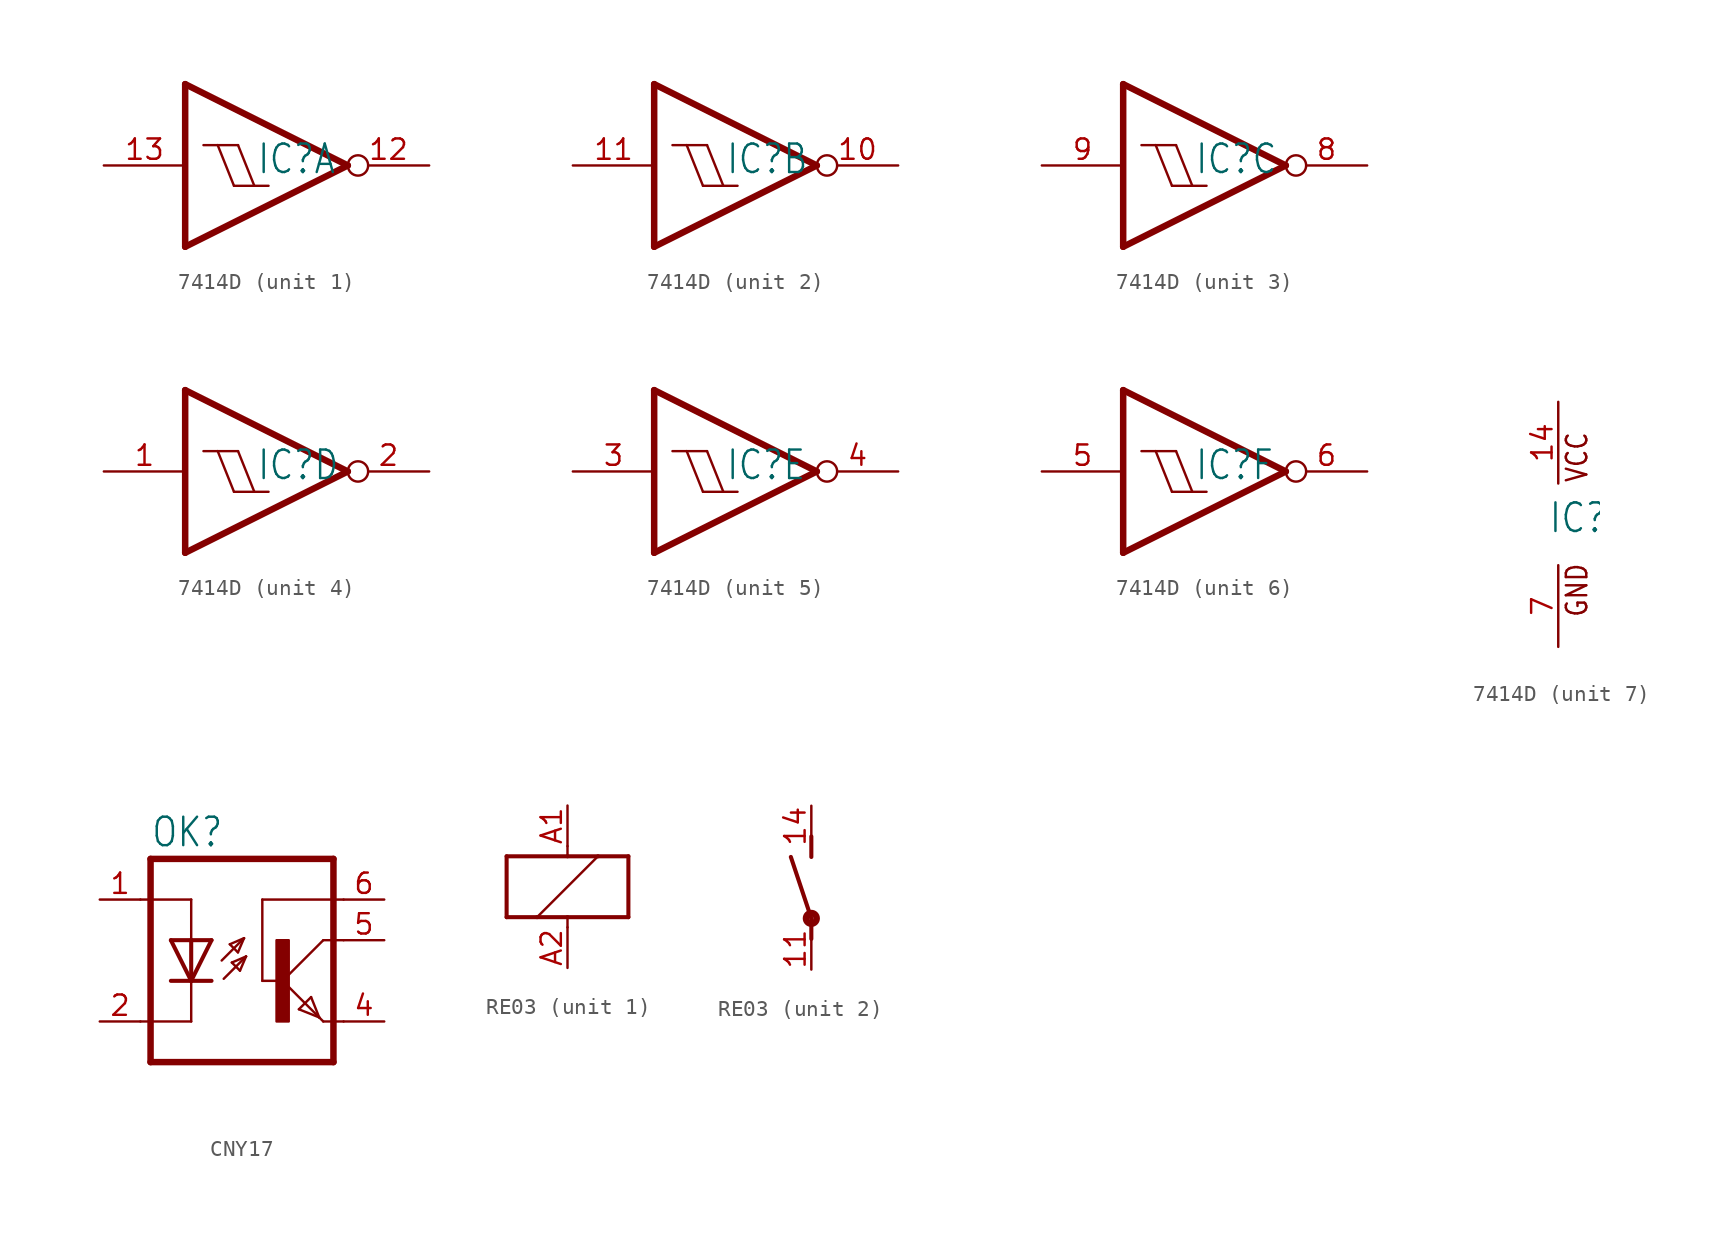
<source format=kicad_sym>
(kicad_symbol_lib
  (version 20220914)
  (generator kicad_symbol_editor)
  (symbol "7414D"
    (property "Reference" "IC"
      (at -0.635 -0.635 0)
      (effects (font (size 1.778 1.511)) (justify left bottom)))
    (property "ki_locked" ""
      (at 0 0 0)
      (effects (font (size 1.27 1.27))))
    (symbol "7414D_1_0"
      (polyline (pts (xy -5.08 -5.08) (xy -5.08 5.08)) (stroke (width 0.406) (type solid)) (fill (type none)))
      (polyline (pts (xy -5.08 5.08) (xy 5.08 0)) (stroke (width 0.406) (type solid)) (fill (type none)))
      (polyline (pts (xy -3.937 1.27) (xy -3.048 1.27)) (stroke (width 0.152) (type solid)) (fill (type none)))
      (polyline (pts (xy -3.048 1.27) (xy -1.778 1.27)) (stroke (width 0.152) (type solid)) (fill (type none)))
      (polyline (pts (xy -2.032 -1.27) (xy -3.048 1.27)) (stroke (width 0.152) (type solid)) (fill (type none)))
      (polyline (pts (xy -2.032 -1.27) (xy -0.762 -1.27)) (stroke (width 0.152) (type solid)) (fill (type none)))
      (polyline (pts (xy -0.762 -1.27) (xy -1.778 1.27)) (stroke (width 0.152) (type solid)) (fill (type none)))
      (polyline (pts (xy -0.762 -1.27) (xy 0.127 -1.27)) (stroke (width 0.152) (type solid)) (fill (type none)))
      (polyline (pts (xy 5.08 0) (xy -5.08 -5.08)) (stroke (width 0.406) (type solid)) (fill (type none)))
      (pin output inverted (at 10.16 0 180) (length 5.08) (name "O" (effects (font (size 0 0)))) (number "12" (effects (font (size 1.27 1.27)))))
      (pin input line (at -10.16 0 0) (length 5.08) (name "I" (effects (font (size 0 0)))) (number "13" (effects (font (size 1.27 1.27))))))
    (symbol "7414D_2_0"
      (polyline (pts (xy -5.08 -5.08) (xy -5.08 5.08)) (stroke (width 0.406) (type solid)) (fill (type none)))
      (polyline (pts (xy -5.08 5.08) (xy 5.08 0)) (stroke (width 0.406) (type solid)) (fill (type none)))
      (polyline (pts (xy -3.937 1.27) (xy -3.048 1.27)) (stroke (width 0.152) (type solid)) (fill (type none)))
      (polyline (pts (xy -3.048 1.27) (xy -1.778 1.27)) (stroke (width 0.152) (type solid)) (fill (type none)))
      (polyline (pts (xy -2.032 -1.27) (xy -3.048 1.27)) (stroke (width 0.152) (type solid)) (fill (type none)))
      (polyline (pts (xy -2.032 -1.27) (xy -0.762 -1.27)) (stroke (width 0.152) (type solid)) (fill (type none)))
      (polyline (pts (xy -0.762 -1.27) (xy -1.778 1.27)) (stroke (width 0.152) (type solid)) (fill (type none)))
      (polyline (pts (xy -0.762 -1.27) (xy 0.127 -1.27)) (stroke (width 0.152) (type solid)) (fill (type none)))
      (polyline (pts (xy 5.08 0) (xy -5.08 -5.08)) (stroke (width 0.406) (type solid)) (fill (type none)))
      (pin output inverted (at 10.16 0 180) (length 5.08) (name "O" (effects (font (size 0 0)))) (number "10" (effects (font (size 1.27 1.27)))))
      (pin input line (at -10.16 0 0) (length 5.08) (name "I" (effects (font (size 0 0)))) (number "11" (effects (font (size 1.27 1.27))))))
    (symbol "7414D_3_0"
      (polyline (pts (xy -5.08 -5.08) (xy -5.08 5.08)) (stroke (width 0.406) (type solid)) (fill (type none)))
      (polyline (pts (xy -5.08 5.08) (xy 5.08 0)) (stroke (width 0.406) (type solid)) (fill (type none)))
      (polyline (pts (xy -3.937 1.27) (xy -3.048 1.27)) (stroke (width 0.152) (type solid)) (fill (type none)))
      (polyline (pts (xy -3.048 1.27) (xy -1.778 1.27)) (stroke (width 0.152) (type solid)) (fill (type none)))
      (polyline (pts (xy -2.032 -1.27) (xy -3.048 1.27)) (stroke (width 0.152) (type solid)) (fill (type none)))
      (polyline (pts (xy -2.032 -1.27) (xy -0.762 -1.27)) (stroke (width 0.152) (type solid)) (fill (type none)))
      (polyline (pts (xy -0.762 -1.27) (xy -1.778 1.27)) (stroke (width 0.152) (type solid)) (fill (type none)))
      (polyline (pts (xy -0.762 -1.27) (xy 0.127 -1.27)) (stroke (width 0.152) (type solid)) (fill (type none)))
      (polyline (pts (xy 5.08 0) (xy -5.08 -5.08)) (stroke (width 0.406) (type solid)) (fill (type none)))
      (pin output inverted (at 10.16 0 180) (length 5.08) (name "O" (effects (font (size 0 0)))) (number "8" (effects (font (size 1.27 1.27)))))
      (pin input line (at -10.16 0 0) (length 5.08) (name "I" (effects (font (size 0 0)))) (number "9" (effects (font (size 1.27 1.27))))))
    (symbol "7414D_4_0"
      (polyline (pts (xy -5.08 -5.08) (xy -5.08 5.08)) (stroke (width 0.406) (type solid)) (fill (type none)))
      (polyline (pts (xy -5.08 5.08) (xy 5.08 0)) (stroke (width 0.406) (type solid)) (fill (type none)))
      (polyline (pts (xy -3.937 1.27) (xy -3.048 1.27)) (stroke (width 0.152) (type solid)) (fill (type none)))
      (polyline (pts (xy -3.048 1.27) (xy -1.778 1.27)) (stroke (width 0.152) (type solid)) (fill (type none)))
      (polyline (pts (xy -2.032 -1.27) (xy -3.048 1.27)) (stroke (width 0.152) (type solid)) (fill (type none)))
      (polyline (pts (xy -2.032 -1.27) (xy -0.762 -1.27)) (stroke (width 0.152) (type solid)) (fill (type none)))
      (polyline (pts (xy -0.762 -1.27) (xy -1.778 1.27)) (stroke (width 0.152) (type solid)) (fill (type none)))
      (polyline (pts (xy -0.762 -1.27) (xy 0.127 -1.27)) (stroke (width 0.152) (type solid)) (fill (type none)))
      (polyline (pts (xy 5.08 0) (xy -5.08 -5.08)) (stroke (width 0.406) (type solid)) (fill (type none)))
      (pin input line (at -10.16 0 0) (length 5.08) (name "I" (effects (font (size 0 0)))) (number "1" (effects (font (size 1.27 1.27)))))
      (pin output inverted (at 10.16 0 180) (length 5.08) (name "O" (effects (font (size 0 0)))) (number "2" (effects (font (size 1.27 1.27))))))
    (symbol "7414D_5_0"
      (polyline (pts (xy -5.08 -5.08) (xy -5.08 5.08)) (stroke (width 0.406) (type solid)) (fill (type none)))
      (polyline (pts (xy -5.08 5.08) (xy 5.08 0)) (stroke (width 0.406) (type solid)) (fill (type none)))
      (polyline (pts (xy -3.937 1.27) (xy -3.048 1.27)) (stroke (width 0.152) (type solid)) (fill (type none)))
      (polyline (pts (xy -3.048 1.27) (xy -1.778 1.27)) (stroke (width 0.152) (type solid)) (fill (type none)))
      (polyline (pts (xy -2.032 -1.27) (xy -3.048 1.27)) (stroke (width 0.152) (type solid)) (fill (type none)))
      (polyline (pts (xy -2.032 -1.27) (xy -0.762 -1.27)) (stroke (width 0.152) (type solid)) (fill (type none)))
      (polyline (pts (xy -0.762 -1.27) (xy -1.778 1.27)) (stroke (width 0.152) (type solid)) (fill (type none)))
      (polyline (pts (xy -0.762 -1.27) (xy 0.127 -1.27)) (stroke (width 0.152) (type solid)) (fill (type none)))
      (polyline (pts (xy 5.08 0) (xy -5.08 -5.08)) (stroke (width 0.406) (type solid)) (fill (type none)))
      (pin input line (at -10.16 0 0) (length 5.08) (name "I" (effects (font (size 0 0)))) (number "3" (effects (font (size 1.27 1.27)))))
      (pin output inverted (at 10.16 0 180) (length 5.08) (name "O" (effects (font (size 0 0)))) (number "4" (effects (font (size 1.27 1.27))))))
    (symbol "7414D_6_0"
      (polyline (pts (xy -5.08 -5.08) (xy -5.08 5.08)) (stroke (width 0.406) (type solid)) (fill (type none)))
      (polyline (pts (xy -5.08 5.08) (xy 5.08 0)) (stroke (width 0.406) (type solid)) (fill (type none)))
      (polyline (pts (xy -3.937 1.27) (xy -3.048 1.27)) (stroke (width 0.152) (type solid)) (fill (type none)))
      (polyline (pts (xy -3.048 1.27) (xy -1.778 1.27)) (stroke (width 0.152) (type solid)) (fill (type none)))
      (polyline (pts (xy -2.032 -1.27) (xy -3.048 1.27)) (stroke (width 0.152) (type solid)) (fill (type none)))
      (polyline (pts (xy -2.032 -1.27) (xy -0.762 -1.27)) (stroke (width 0.152) (type solid)) (fill (type none)))
      (polyline (pts (xy -0.762 -1.27) (xy -1.778 1.27)) (stroke (width 0.152) (type solid)) (fill (type none)))
      (polyline (pts (xy -0.762 -1.27) (xy 0.127 -1.27)) (stroke (width 0.152) (type solid)) (fill (type none)))
      (polyline (pts (xy 5.08 0) (xy -5.08 -5.08)) (stroke (width 0.406) (type solid)) (fill (type none)))
      (pin input line (at -10.16 0 0) (length 5.08) (name "I" (effects (font (size 0 0)))) (number "5" (effects (font (size 1.27 1.27)))))
      (pin output inverted (at 10.16 0 180) (length 5.08) (name "O" (effects (font (size 0 0)))) (number "6" (effects (font (size 1.27 1.27))))))
    (symbol "7414D_7_0"
      (text "GND" (at 1.905 -5.842 900) (effects (font (size 1.27 1.079)) (justify left bottom)))
      (text "VCC" (at 1.905 2.54 900) (effects (font (size 1.27 1.079)) (justify left bottom)))
      (pin power_in line (at 0 7.62 270) (length 5.08) (name "VCC" (effects (font (size 0 0)))) (number "14" (effects (font (size 1.27 1.27)))))
      (pin power_in line (at 0 -7.62 90) (length 5.08) (name "GND" (effects (font (size 0 0)))) (number "7" (effects (font (size 1.27 1.27)))))))
  (symbol "CNY17"
    (property "Reference" "OK"
      (at -6.985 5.715 0)
      (effects (font (size 1.778 1.511)) (justify left bottom)))
    (property "Value" ""
      (at -6.985 -10.16 0)
      (effects (font (size 1.778 1.511)) (justify left bottom)))
    (property "ki_locked" ""
      (at 0 0 0)
      (effects (font (size 1.27 1.27))))
    (symbol "CNY17_1_0"
      (polyline (pts (xy -7.62 2.54) (xy -4.445 2.54)) (stroke (width 0.152) (type solid)) (fill (type none)))
      (polyline (pts (xy -6.985 -7.62) (xy 4.445 -7.62)) (stroke (width 0.406) (type solid)) (fill (type none)))
      (polyline (pts (xy -6.985 5.08) (xy -6.985 -7.62)) (stroke (width 0.406) (type solid)) (fill (type none)))
      (polyline (pts (xy -6.985 5.08) (xy 4.445 5.08)) (stroke (width 0.406) (type solid)) (fill (type none)))
      (polyline (pts (xy -4.445 -5.08) (xy -7.62 -5.08)) (stroke (width 0.152) (type solid)) (fill (type none)))
      (polyline (pts (xy -4.445 -2.54) (xy -5.715 -2.54)) (stroke (width 0.254) (type solid)) (fill (type none)))
      (polyline (pts (xy -4.445 -2.54) (xy -5.715 0)) (stroke (width 0.254) (type solid)) (fill (type none)))
      (polyline (pts (xy -4.445 -2.54) (xy -4.445 -5.08)) (stroke (width 0.152) (type solid)) (fill (type none)))
      (polyline (pts (xy -4.445 0) (xy -5.715 0)) (stroke (width 0.254) (type solid)) (fill (type none)))
      (polyline (pts (xy -4.445 0) (xy -4.445 -2.54)) (stroke (width 0.254) (type solid)) (fill (type none)))
      (polyline (pts (xy -4.445 2.54) (xy -4.445 0)) (stroke (width 0.152) (type solid)) (fill (type none)))
      (polyline (pts (xy -3.175 -2.54) (xy -4.445 -2.54)) (stroke (width 0.254) (type solid)) (fill (type none)))
      (polyline (pts (xy -3.175 0) (xy -4.445 -2.54)) (stroke (width 0.254) (type solid)) (fill (type none)))
      (polyline (pts (xy -3.175 0) (xy -4.445 0)) (stroke (width 0.254) (type solid)) (fill (type none)))
      (polyline (pts (xy -2.54 -1.27) (xy -1.143 0.127)) (stroke (width 0.152) (type solid)) (fill (type none)))
      (polyline (pts (xy -2.413 -2.413) (xy -1.016 -1.016)) (stroke (width 0.152) (type solid)) (fill (type none)))
      (polyline (pts (xy -2.032 -0.254) (xy -1.524 -0.762)) (stroke (width 0.152) (type solid)) (fill (type none)))
      (polyline (pts (xy -1.905 -1.397) (xy -1.397 -1.905)) (stroke (width 0.152) (type solid)) (fill (type none)))
      (polyline (pts (xy -1.524 -0.762) (xy -1.143 0.127)) (stroke (width 0.152) (type solid)) (fill (type none)))
      (polyline (pts (xy -1.397 -1.905) (xy -1.016 -1.016)) (stroke (width 0.152) (type solid)) (fill (type none)))
      (polyline (pts (xy -1.143 0.127) (xy -2.032 -0.254)) (stroke (width 0.152) (type solid)) (fill (type none)))
      (polyline (pts (xy -1.016 -1.016) (xy -1.905 -1.397)) (stroke (width 0.152) (type solid)) (fill (type none)))
      (polyline (pts (xy 0 -2.54) (xy 0 2.54)) (stroke (width 0.152) (type solid)) (fill (type none)))
      (polyline (pts (xy 0 -2.54) (xy 1.016 -2.54)) (stroke (width 0.152) (type solid)) (fill (type none)))
      (polyline (pts (xy 0 2.54) (xy 5.08 2.54)) (stroke (width 0.152) (type solid)) (fill (type none)))
      (polyline (pts (xy 1.27 -2.54) (xy 3.556 -4.826)) (stroke (width 0.152) (type solid)) (fill (type none)))
      (polyline (pts (xy 2.286 -4.318) (xy 3.048 -3.556)) (stroke (width 0.152) (type solid)) (fill (type none)))
      (polyline (pts (xy 3.048 -3.556) (xy 3.556 -4.826)) (stroke (width 0.152) (type solid)) (fill (type none)))
      (polyline (pts (xy 3.556 -4.826) (xy 2.286 -4.318)) (stroke (width 0.152) (type solid)) (fill (type none)))
      (polyline (pts (xy 3.556 -4.826) (xy 3.81 -5.08)) (stroke (width 0.152) (type solid)) (fill (type none)))
      (polyline (pts (xy 3.81 -5.08) (xy 5.08 -5.08)) (stroke (width 0.152) (type solid)) (fill (type none)))
      (polyline (pts (xy 3.81 0) (xy 1.27 -2.54)) (stroke (width 0.152) (type solid)) (fill (type none)))
      (polyline (pts (xy 3.81 0) (xy 5.08 0)) (stroke (width 0.152) (type solid)) (fill (type none)))
      (polyline (pts (xy 4.445 5.08) (xy 4.445 -7.62)) (stroke (width 0.406) (type solid)) (fill (type none)))
      (rectangle (start 0.889 -5.08) (end 1.651 0) (stroke (width 0) (type default)) (fill (type outline)))
      (pin passive line (at -10.16 2.54 0) (length 2.54) (name "A" (effects (font (size 0 0)))) (number "1" (effects (font (size 1.27 1.27)))))
      (pin passive line (at -10.16 -5.08 0) (length 2.54) (name "C" (effects (font (size 0 0)))) (number "2" (effects (font (size 1.27 1.27)))))
      (pin passive line (at 7.62 -5.08 180) (length 2.54) (name "EMI" (effects (font (size 0 0)))) (number "4" (effects (font (size 1.27 1.27)))))
      (pin passive line (at 7.62 0 180) (length 2.54) (name "COL" (effects (font (size 0 0)))) (number "5" (effects (font (size 1.27 1.27)))))
      (pin passive line (at 7.62 2.54 180) (length 2.54) (name "BAS" (effects (font (size 0 0)))) (number "6" (effects (font (size 1.27 1.27)))))))
  (symbol "RE03"
    (property "Reference" "K"
      (at -2.54 -2.54 90)
      (effects (font (size 1.778 1.511)) (justify left bottom) hide))
    (property "ki_locked" ""
      (at 0 0 0)
      (effects (font (size 1.27 1.27))))
    (symbol "RE03_1_0"
      (polyline (pts (xy -3.81 -1.905) (xy -1.905 -1.905)) (stroke (width 0.254) (type solid)) (fill (type none)))
      (polyline (pts (xy -3.81 1.905) (xy -3.81 -1.905)) (stroke (width 0.254) (type solid)) (fill (type none)))
      (polyline (pts (xy -1.905 -1.905) (xy 0 -1.905)) (stroke (width 0.254) (type solid)) (fill (type none)))
      (polyline (pts (xy -1.905 -1.905) (xy 1.905 1.905)) (stroke (width 0.152) (type solid)) (fill (type none)))
      (polyline (pts (xy 0 -2.54) (xy 0 -1.905)) (stroke (width 0.152) (type solid)) (fill (type none)))
      (polyline (pts (xy 0 -1.905) (xy 3.81 -1.905)) (stroke (width 0.254) (type solid)) (fill (type none)))
      (polyline (pts (xy 0 1.905) (xy -3.81 1.905)) (stroke (width 0.254) (type solid)) (fill (type none)))
      (polyline (pts (xy 0 2.54) (xy 0 1.905)) (stroke (width 0.152) (type solid)) (fill (type none)))
      (polyline (pts (xy 1.905 1.905) (xy 0 1.905)) (stroke (width 0.254) (type solid)) (fill (type none)))
      (polyline (pts (xy 3.81 -1.905) (xy 3.81 1.905)) (stroke (width 0.254) (type solid)) (fill (type none)))
      (polyline (pts (xy 3.81 1.905) (xy 1.905 1.905)) (stroke (width 0.254) (type solid)) (fill (type none)))
      (pin passive line (at 0 5.08 270) (length 2.54) (name "1" (effects (font (size 0 0)))) (number "A1" (effects (font (size 1.27 1.27)))))
      (pin passive line (at 0 -5.08 90) (length 2.54) (name "2" (effects (font (size 0 0)))) (number "A2" (effects (font (size 1.27 1.27))))))
    (symbol "RE03_2_0"
      (circle (center 0 -1.905) (radius 0.127) (stroke (width 0.406) (type solid)) (fill (type none)))
      (polyline (pts (xy 0 -3.175) (xy 0 -1.905)) (stroke (width 0.254) (type solid)) (fill (type none)))
      (polyline (pts (xy 0 -1.905) (xy -1.27 1.905)) (stroke (width 0.254) (type solid)) (fill (type none)))
      (polyline (pts (xy 0 3.175) (xy 0 1.905)) (stroke (width 0.254) (type solid)) (fill (type none)))
      (pin passive line (at 0 -5.08 90) (length 2.54) (name "P" (effects (font (size 0 0)))) (number "11" (effects (font (size 1.27 1.27)))))
      (pin passive line (at 0 5.08 270) (length 2.54) (name "S" (effects (font (size 0 0)))) (number "14" (effects (font (size 1.27 1.27))))))))
</source>
